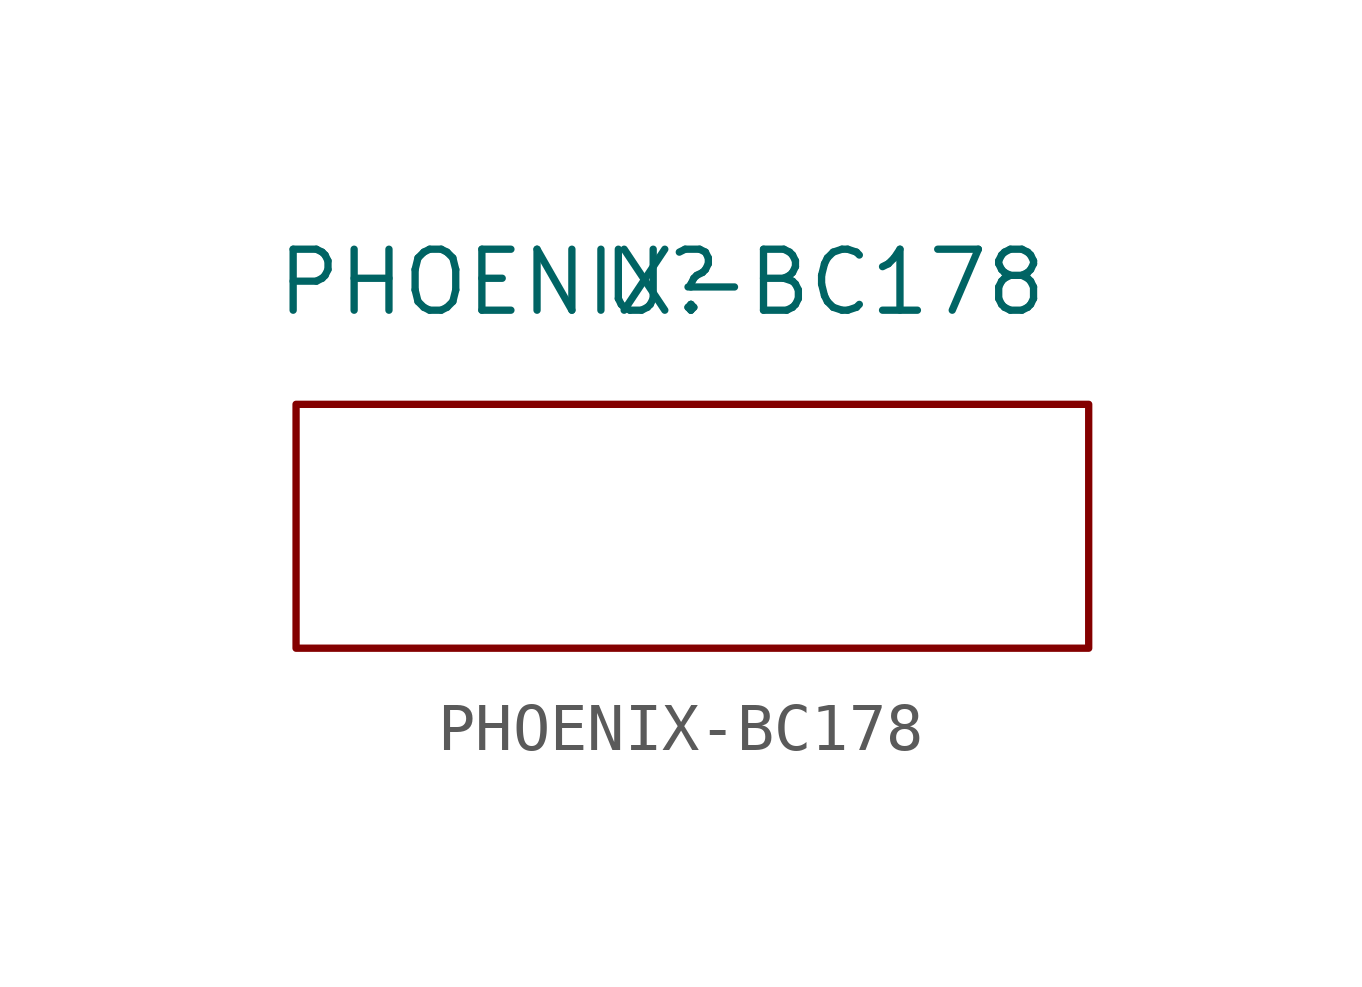
<source format=kicad_sym>
(kicad_symbol_lib
  (version 20211014)
  (generator kicad_symbol_editor)
  (symbol "PHOENIX-BC178"
    (property "Reference" "U"
      (at 0 0 0)
      (effects (font (size 1.27 1.27))))
    (property "Value" "PHOENIX-BC178"
      (at 0 0 0)
      (effects (font (size 1.27 1.27))))
    (symbol "PHOENIX-BC178_0_1"
      (rectangle (start -7.62 -2.54) (end 8.89 -7.62) (stroke (width 0) (type default) (color 0 0 0 0)) (fill (type none))))))
</source>
